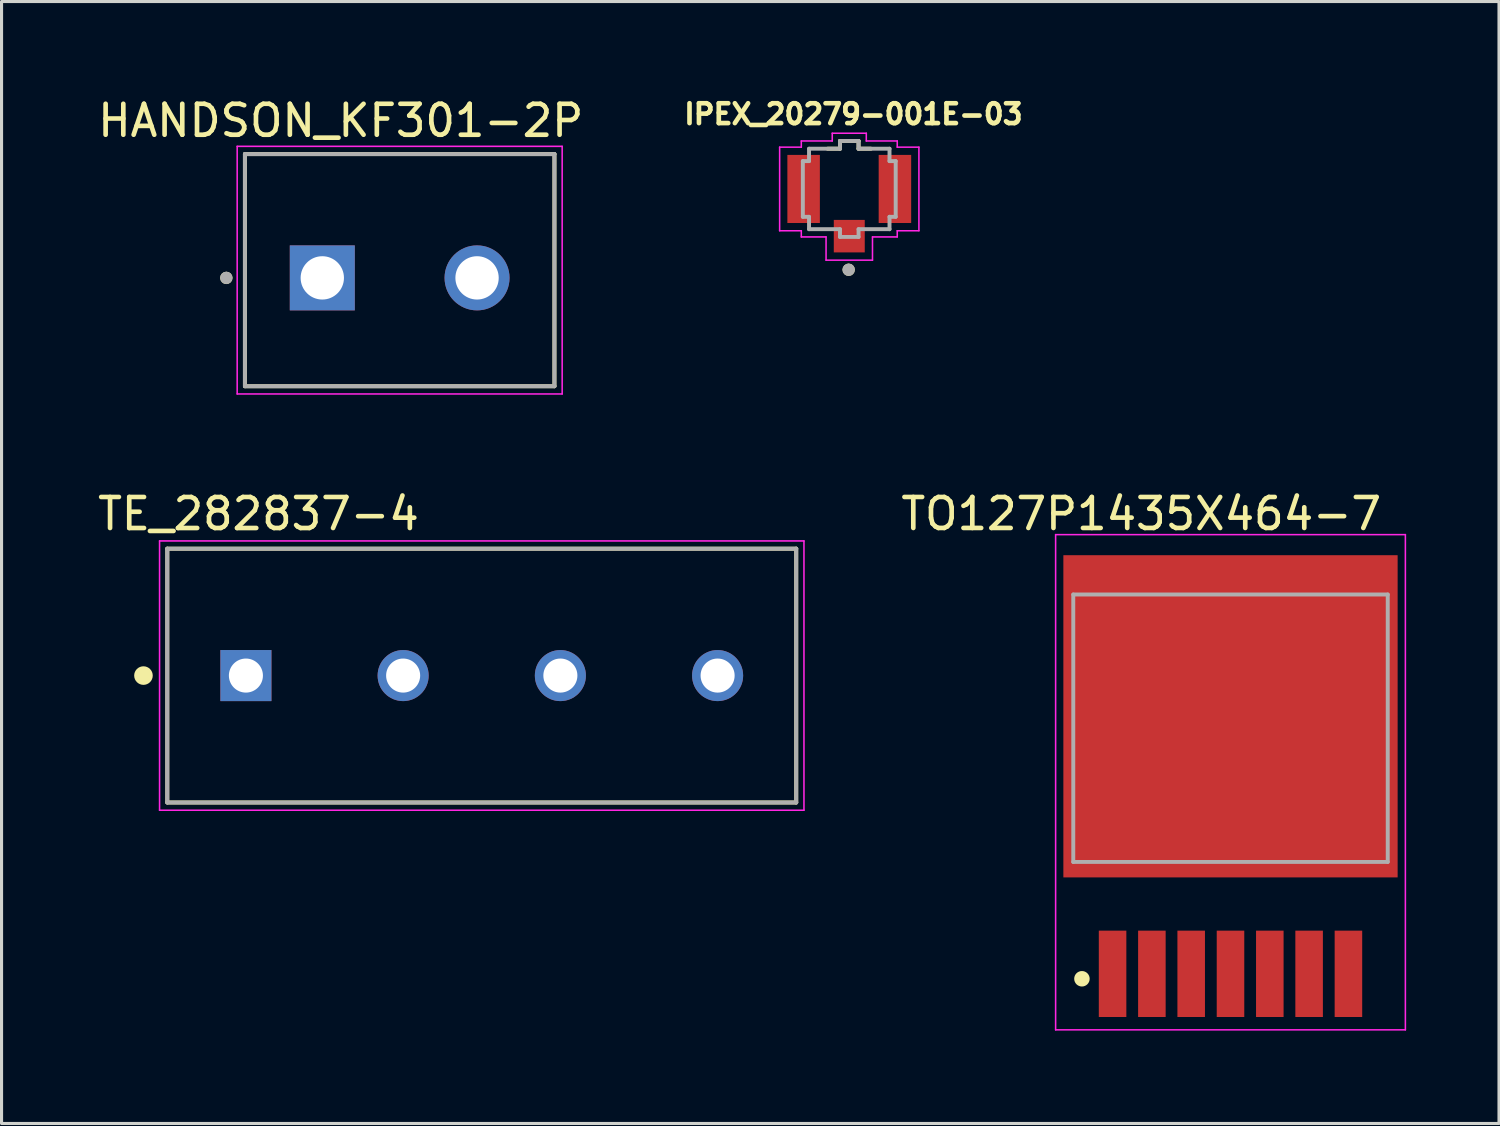
<source format=kicad_pcb>
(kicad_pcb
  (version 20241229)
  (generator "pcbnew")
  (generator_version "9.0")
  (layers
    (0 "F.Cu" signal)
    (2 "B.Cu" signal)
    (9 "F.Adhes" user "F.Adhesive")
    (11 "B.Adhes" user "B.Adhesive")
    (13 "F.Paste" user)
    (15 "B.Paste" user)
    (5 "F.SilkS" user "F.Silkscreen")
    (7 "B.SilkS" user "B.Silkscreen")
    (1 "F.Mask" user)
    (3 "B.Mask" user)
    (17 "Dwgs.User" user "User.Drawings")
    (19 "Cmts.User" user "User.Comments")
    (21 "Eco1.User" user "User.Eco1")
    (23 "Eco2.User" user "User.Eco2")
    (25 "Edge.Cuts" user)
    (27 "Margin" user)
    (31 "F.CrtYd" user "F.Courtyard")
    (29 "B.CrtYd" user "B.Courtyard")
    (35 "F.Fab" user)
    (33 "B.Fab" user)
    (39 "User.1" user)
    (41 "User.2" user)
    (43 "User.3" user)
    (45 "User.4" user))
  (footprint "IPEX_20279-001E-03"
    (layer "F.Cu")
    (at 24.389 3.055)
    (property "Reference" "IPEX_20279-001E-03" (at 0.134 -2.417 0) (layer "F.SilkS") (effects (font (size 0.641 0.641) (thickness 0.15))))
    (attr smd)
    (fp_line (start -0.3 -1.55) (end -0.3 -1.3) (stroke (width 0.127) (type solid)) (layer "F.SilkS"))
    (fp_line (start -0.3 -1.3) (end -0.7 -1.3) (stroke (width 0.127) (type solid)) (layer "F.SilkS"))
    (fp_line (start 0.3 -1.55) (end -0.3 -1.55) (stroke (width 0.127) (type solid)) (layer "F.SilkS"))
    (fp_line (start 0.3 -1.3) (end 0.3 -1.55) (stroke (width 0.127) (type solid)) (layer "F.SilkS"))
    (fp_line (start 0.7 -1.3) (end 0.3 -1.3) (stroke (width 0.127) (type solid)) (layer "F.SilkS"))
    (fp_circle (center -0.02 2.61) (end 0.08 2.61) (stroke (width 0.2) (type solid)) (fill no) (layer "F.SilkS"))
    (fp_line (start -2.25 -1.35) (end -1.55 -1.35) (stroke (width 0.05) (type solid)) (layer "F.CrtYd"))
    (fp_line (start -2.25 1.35) (end -2.25 -1.35) (stroke (width 0.05) (type solid)) (layer "F.CrtYd"))
    (fp_line (start -1.55 -1.55) (end -0.55 -1.55) (stroke (width 0.05) (type solid)) (layer "F.CrtYd"))
    (fp_line (start -1.55 -1.35) (end -1.55 -1.55) (stroke (width 0.05) (type solid)) (layer "F.CrtYd"))
    (fp_line (start -1.55 1.35) (end -2.25 1.35) (stroke (width 0.05) (type solid)) (layer "F.CrtYd"))
    (fp_line (start -1.55 1.35) (end -1.55 1.55) (stroke (width 0.05) (type solid)) (layer "F.CrtYd"))
    (fp_line (start -1.55 1.55) (end -0.75 1.55) (stroke (width 0.05) (type solid)) (layer "F.CrtYd"))
    (fp_line (start -0.75 1.55) (end -0.75 2.3) (stroke (width 0.05) (type solid)) (layer "F.CrtYd"))
    (fp_line (start -0.75 2.3) (end 0.75 2.3) (stroke (width 0.05) (type solid)) (layer "F.CrtYd"))
    (fp_line (start -0.55 -1.8) (end -0.55 -1.55) (stroke (width 0.05) (type solid)) (layer "F.CrtYd"))
    (fp_line (start 0.55 -1.8) (end -0.55 -1.8) (stroke (width 0.05) (type solid)) (layer "F.CrtYd"))
    (fp_line (start 0.55 -1.55) (end 0.55 -1.8) (stroke (width 0.05) (type solid)) (layer "F.CrtYd"))
    (fp_line (start 0.75 2.3) (end 0.75 1.55) (stroke (width 0.05) (type solid)) (layer "F.CrtYd"))
    (fp_line (start 1.55 -1.55) (end 0.55 -1.55) (stroke (width 0.05) (type solid)) (layer "F.CrtYd"))
    (fp_line (start 1.55 -1.35) (end 1.55 -1.55) (stroke (width 0.05) (type solid)) (layer "F.CrtYd"))
    (fp_line (start 1.55 -1.35) (end 2.25 -1.35) (stroke (width 0.05) (type solid)) (layer "F.CrtYd"))
    (fp_line (start 1.55 1.35) (end 1.55 1.55) (stroke (width 0.05) (type solid)) (layer "F.CrtYd"))
    (fp_line (start 1.55 1.55) (end 0.75 1.55) (stroke (width 0.05) (type solid)) (layer "F.CrtYd"))
    (fp_line (start 2.25 1.35) (end 1.55 1.35) (stroke (width 0.05) (type solid)) (layer "F.CrtYd"))
    (fp_line (start 2.25 1.35) (end 2.25 -1.35) (stroke (width 0.05) (type solid)) (layer "F.CrtYd"))
    (fp_line (start -1.5 -0.9) (end -1.5 0.9) (stroke (width 0.127) (type solid)) (layer "F.Fab"))
    (fp_line (start -1.5 0.9) (end -1.3 0.9) (stroke (width 0.127) (type solid)) (layer "F.Fab"))
    (fp_line (start -1.3 -1.3) (end -1.3 -0.9) (stroke (width 0.127) (type solid)) (layer "F.Fab"))
    (fp_line (start -1.3 -0.9) (end -1.5 -0.9) (stroke (width 0.127) (type solid)) (layer "F.Fab"))
    (fp_line (start -1.3 0.9) (end -1.3 1.3) (stroke (width 0.127) (type solid)) (layer "F.Fab"))
    (fp_line (start -1.3 1.3) (end -0.3 1.3) (stroke (width 0.127) (type solid)) (layer "F.Fab"))
    (fp_line (start -0.3 -1.55) (end -0.3 -1.3) (stroke (width 0.127) (type solid)) (layer "F.Fab"))
    (fp_line (start -0.3 -1.3) (end -1.3 -1.3) (stroke (width 0.127) (type solid)) (layer "F.Fab"))
    (fp_line (start -0.3 1.3) (end -0.3 1.55) (stroke (width 0.127) (type solid)) (layer "F.Fab"))
    (fp_line (start -0.3 1.55) (end 0.3 1.55) (stroke (width 0.127) (type solid)) (layer "F.Fab"))
    (fp_line (start 0.3 -1.55) (end -0.3 -1.55) (stroke (width 0.127) (type solid)) (layer "F.Fab"))
    (fp_line (start 0.3 -1.3) (end 0.3 -1.55) (stroke (width 0.127) (type solid)) (layer "F.Fab"))
    (fp_line (start 0.3 1.3) (end 1.3 1.3) (stroke (width 0.127) (type solid)) (layer "F.Fab"))
    (fp_line (start 0.3 1.55) (end 0.3 1.3) (stroke (width 0.127) (type solid)) (layer "F.Fab"))
    (fp_line (start 1.3 -1.3) (end 0.3 -1.3) (stroke (width 0.127) (type solid)) (layer "F.Fab"))
    (fp_line (start 1.3 -0.9) (end 1.3 -1.3) (stroke (width 0.127) (type solid)) (layer "F.Fab"))
    (fp_line (start 1.3 0.9) (end 1.5 0.9) (stroke (width 0.127) (type solid)) (layer "F.Fab"))
    (fp_line (start 1.3 1.3) (end 1.3 0.9) (stroke (width 0.127) (type solid)) (layer "F.Fab"))
    (fp_line (start 1.5 -0.9) (end 1.3 -0.9) (stroke (width 0.127) (type solid)) (layer "F.Fab"))
    (fp_line (start 1.5 0.9) (end 1.5 -0.9) (stroke (width 0.127) (type solid)) (layer "F.Fab"))
    (fp_circle (center -0.02 2.61) (end 0.08 2.61) (stroke (width 0.2) (type solid)) (fill no) (layer "F.Fab"))
    (pad "1" smd rect (at 0 1.525) (size 1 1.05) (layers "F.Cu" "F.Mask" "F.Paste"))
    (pad "2" smd rect (at 1.475 0) (size 1.05 2.2) (layers "F.Cu" "F.Mask" "F.Paste"))
    (pad "3" smd rect (at -1.475 0) (size 1.05 2.2) (layers "F.Cu" "F.Mask" "F.Paste"))
    (zone (net_name "") (layer "F.Cu") (hatch full 0.508) (connect_pads) (min_thickness 0.01) (filled_areas_thickness no) (keepout (tracks not_allowed) (vias not_allowed) (pads not_allowed) (copperpour not_allowed) (footprints allowed)) (placement (enabled no)) (fill) (polygon (pts (xy 25.339 1.955) (xy 25.339 4.055) (xy 23.439 4.055) (xy 23.439 1.955))))
    (zone (net_name "") (layers "F.Cu" "B.Cu") (hatch full 0.508) (connect_pads) (min_thickness 0.01) (filled_areas_thickness no) (keepout (tracks allowed) (vias not_allowed) (pads allowed) (copperpour allowed) (footprints allowed)) (placement (enabled no)) (fill) (polygon (pts (xy 25.339 1.955) (xy 25.339 4.055) (xy 23.439 4.055) (xy 23.439 1.955)))))
  (footprint "HANDSON_KF301-2P"
    (layer "F.Cu")
    (at 9.863 5.928)
    (property "Reference" "HANDSON_KF301-2P" (at -1.905 -5.08 0) (layer "F.SilkS") (effects (font (size 1 1) (thickness 0.15))))
    (attr through_hole)
    (fp_line (start -5 -4) (end 5 -4) (stroke (width 0.127) (type solid)) (layer "F.SilkS"))
    (fp_line (start -5 3.5) (end -5 -4) (stroke (width 0.127) (type solid)) (layer "F.SilkS"))
    (fp_line (start 5 -4) (end 5 3.5) (stroke (width 0.127) (type solid)) (layer "F.SilkS"))
    (fp_line (start 5 3.5) (end -5 3.5) (stroke (width 0.127) (type solid)) (layer "F.SilkS"))
    (fp_circle (center -5.6 0) (end -5.5 0) (stroke (width 0.2) (type solid)) (fill no) (layer "F.SilkS"))
    (fp_line (start -5.25 -4.25) (end 5.25 -4.25) (stroke (width 0.05) (type solid)) (layer "F.CrtYd"))
    (fp_line (start -5.25 3.75) (end -5.25 -4.25) (stroke (width 0.05) (type solid)) (layer "F.CrtYd"))
    (fp_line (start 5.25 -4.25) (end 5.25 3.75) (stroke (width 0.05) (type solid)) (layer "F.CrtYd"))
    (fp_line (start 5.25 3.75) (end -5.25 3.75) (stroke (width 0.05) (type solid)) (layer "F.CrtYd"))
    (fp_line (start -5 -4) (end 5 -4) (stroke (width 0.127) (type solid)) (layer "F.Fab"))
    (fp_line (start -5 3.5) (end -5 -4) (stroke (width 0.127) (type solid)) (layer "F.Fab"))
    (fp_line (start 5 -4) (end 5 3.5) (stroke (width 0.127) (type solid)) (layer "F.Fab"))
    (fp_line (start 5 3.5) (end -5 3.5) (stroke (width 0.127) (type solid)) (layer "F.Fab"))
    (fp_circle (center -5.6 0) (end -5.5 0) (stroke (width 0.2) (type solid)) (fill no) (layer "F.Fab"))
    (pad "1" thru_hole rect (at -2.5 0) (size 2.1 2.1) (drill 1.4) (layers "*.Cu" "*.Mask"))
    (pad "2" thru_hole circle (at 2.5 0) (size 2.1 2.1) (drill 1.4) (layers "*.Cu" "*.Mask")))
  (footprint "TO127P1435X464-7"
    (layer "F.Cu")
    (at 36.706 22.223)
    (property "Reference" "TO127P1435X464-7" (at -2.884 -8.671 0) (layer "F.SilkS") (effects (font (size 1.001 1.001) (thickness 0.15))))
    (attr smd)
    (fp_circle (center -4.8 6.35) (end -4.55 6.35) (stroke (width 0) (type solid)) (fill yes) (layer "F.SilkS"))
    (fp_line (start -5.65 -8) (end 5.65 -8) (stroke (width 0.05) (type solid)) (layer "F.CrtYd"))
    (fp_line (start -5.65 8) (end -5.65 -8) (stroke (width 0.05) (type solid)) (layer "F.CrtYd"))
    (fp_line (start 5.65 -8) (end 5.65 8) (stroke (width 0.05) (type solid)) (layer "F.CrtYd"))
    (fp_line (start 5.65 8) (end -5.65 8) (stroke (width 0.05) (type solid)) (layer "F.CrtYd"))
    (fp_line (start -5.08 -6.065) (end 5.08 -6.065) (stroke (width 0.127) (type solid)) (layer "F.Fab"))
    (fp_line (start -5.08 2.575) (end -5.08 -6.065) (stroke (width 0.127) (type solid)) (layer "F.Fab"))
    (fp_line (start -5.08 2.575) (end 5.08 2.575) (stroke (width 0.127) (type solid)) (layer "F.Fab"))
    (fp_line (start 5.08 -6.065) (end 5.08 2.575) (stroke (width 0.127) (type solid)) (layer "F.Fab"))
    (pad "1" smd rect (at -3.81 6.19) (size 0.89 2.79) (layers "F.Cu" "F.Mask" "F.Paste"))
    (pad "2" smd rect (at -2.54 6.19) (size 0.89 2.79) (layers "F.Cu" "F.Mask" "F.Paste"))
    (pad "3" smd rect (at -1.27 6.19) (size 0.89 2.79) (layers "F.Cu" "F.Mask" "F.Paste"))
    (pad "4" smd rect (at 0 6.19) (size 0.89 2.79) (layers "F.Cu" "F.Mask" "F.Paste"))
    (pad "5" smd rect (at 1.27 6.19) (size 0.89 2.79) (layers "F.Cu" "F.Mask" "F.Paste"))
    (pad "6" smd rect (at 2.54 6.19) (size 0.89 2.79) (layers "F.Cu" "F.Mask" "F.Paste"))
    (pad "7" smd rect (at 3.81 6.19) (size 0.89 2.79) (layers "F.Cu" "F.Mask" "F.Paste"))
    (pad "8" smd rect (at 0 -2.13) (size 10.8 10.41) (layers "F.Cu" "F.Mask" "F.Paste")))
  (footprint "TE_282837-4"
    (layer "F.Cu")
    (at 4.895 18.777)
    (property "Reference" "TE_282837-4" (at 0.406 -5.224 0) (layer "F.SilkS") (effects (font (size 1.002 1.002) (thickness 0.15))))
    (attr through_hole)
    (fp_line (start -2.54 -4.1) (end 17.78 -4.1) (stroke (width 0.127) (type solid)) (layer "F.SilkS"))
    (fp_line (start -2.54 4.1) (end -2.54 -4.1) (stroke (width 0.127) (type solid)) (layer "F.SilkS"))
    (fp_line (start 17.78 -4.1) (end 17.78 4.1) (stroke (width 0.127) (type solid)) (layer "F.SilkS"))
    (fp_line (start 17.78 4.1) (end -2.54 4.1) (stroke (width 0.127) (type solid)) (layer "F.SilkS"))
    (fp_circle (center -3.31 0) (end -3.16 0) (stroke (width 0.3) (type solid)) (fill no) (layer "F.SilkS"))
    (fp_line (start -2.79 -4.35) (end 18.03 -4.35) (stroke (width 0.05) (type solid)) (layer "F.CrtYd"))
    (fp_line (start -2.79 4.35) (end -2.79 -4.35) (stroke (width 0.05) (type solid)) (layer "F.CrtYd"))
    (fp_line (start 18.03 -4.35) (end 18.03 4.35) (stroke (width 0.05) (type solid)) (layer "F.CrtYd"))
    (fp_line (start 18.03 4.35) (end -2.79 4.35) (stroke (width 0.05) (type solid)) (layer "F.CrtYd"))
    (fp_line (start -2.54 -4.1) (end 17.78 -4.1) (stroke (width 0.127) (type solid)) (layer "F.Fab"))
    (fp_line (start -2.54 4.1) (end -2.54 -4.1) (stroke (width 0.127) (type solid)) (layer "F.Fab"))
    (fp_line (start 17.78 -4.1) (end 17.78 4.1) (stroke (width 0.127) (type solid)) (layer "F.Fab"))
    (fp_line (start 17.78 4.1) (end -2.54 4.1) (stroke (width 0.127) (type solid)) (layer "F.Fab"))
    (fp_circle (center 0 0) (end 0.15 0) (stroke (width 0.3) (type solid)) (fill no) (layer "F.Fab"))
    (pad "1" thru_hole rect (at 0 0) (size 1.65 1.65) (drill 1.1) (layers "*.Cu" "*.Mask"))
    (pad "2" thru_hole circle (at 5.08 0) (size 1.65 1.65) (drill 1.1) (layers "*.Cu" "*.Mask"))
    (pad "3" thru_hole circle (at 10.16 0) (size 1.65 1.65) (drill 1.1) (layers "*.Cu" "*.Mask"))
    (pad "4" thru_hole circle (at 15.24 0) (size 1.65 1.65) (drill 1.1) (layers "*.Cu" "*.Mask")))
  (gr_rect
    (start -3 -3)
    (end 45.381 33.248)
    (stroke (width 0.1) (type default))
    (fill no)
    (layer "Edge.Cuts")))
</source>
